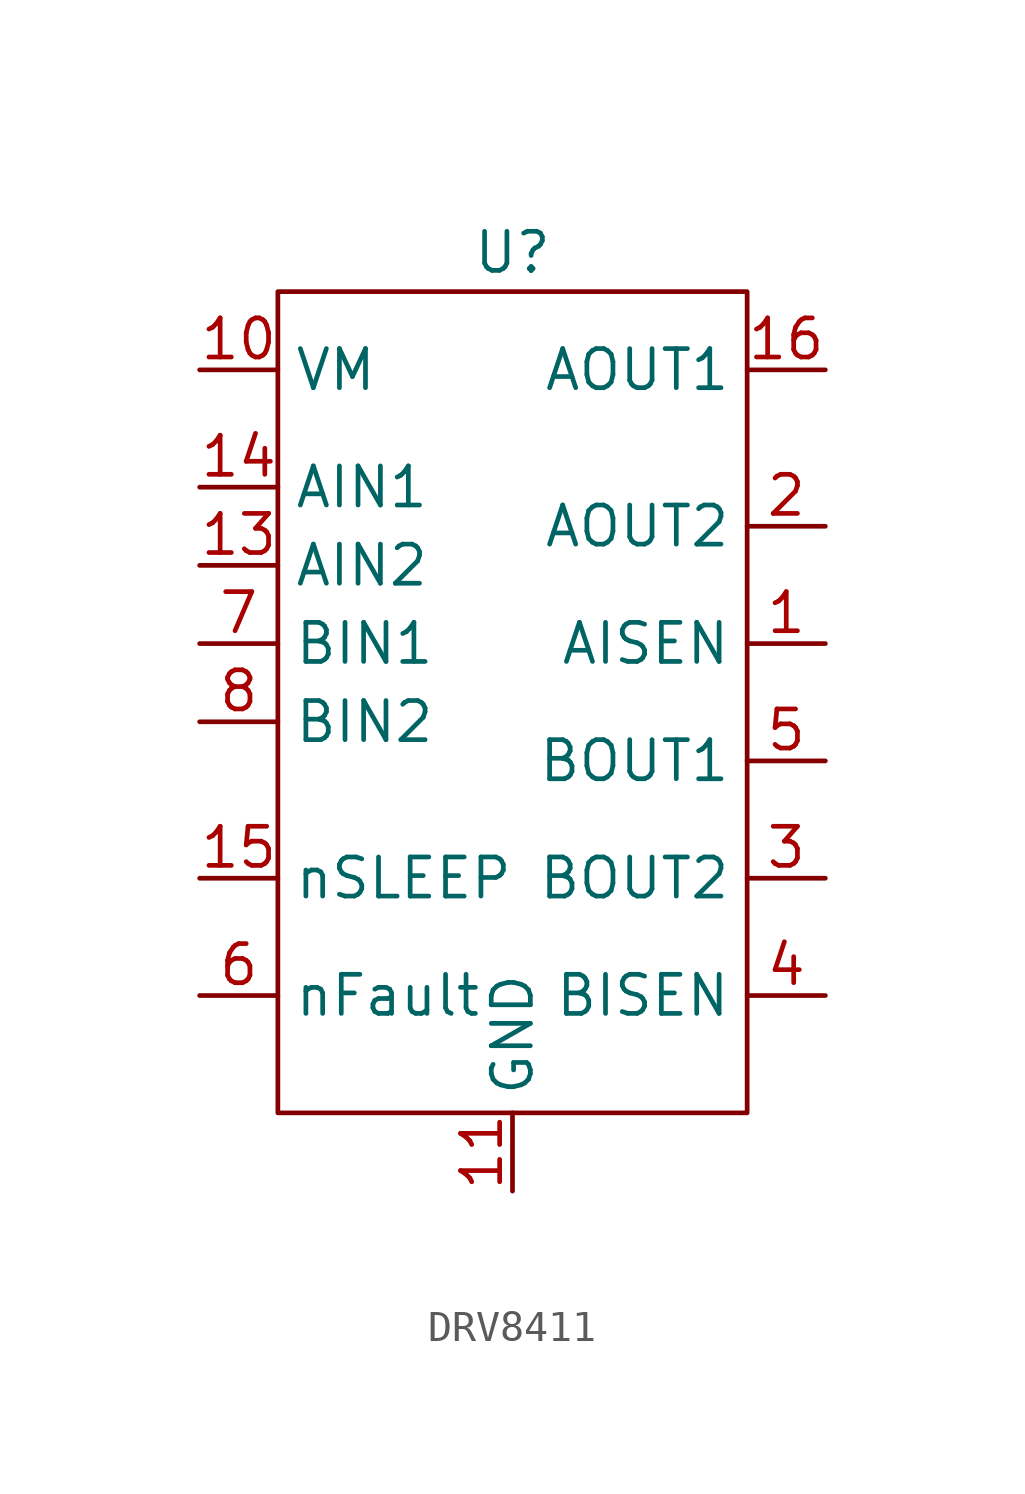
<source format=kicad_sym>
(kicad_symbol_lib
  (version 20231120)
  (generator "kicad_symbol_editor")
  (generator_version "8.0")
  (symbol "DRV8411"
    (property "Reference" "U"
      (at 0 13.97 0)
      (effects (font (size 1.27 1.27))))
    (property "Value" ""
      (at 0 10.16 0)
      (effects (font (size 1.27 1.27))))
    (symbol "DRV8411_0_1"
      (rectangle (start -7.62 12.7) (end 7.62 -13.97) (stroke (width 0) (type default)) (fill (type none))))
    (symbol "DRV8411_1_1"
      (pin input line (at 10.16 1.27 180) (length 2.54) (name "AISEN" (effects (font (size 1.27 1.27)))) (number "1" (effects (font (size 1.27 1.27)))))
      (pin input line (at -10.16 10.16 0) (length 2.54) (name "VM" (effects (font (size 1.27 1.27)))) (number "10" (effects (font (size 1.27 1.27)))))
      (pin input line (at 0 -16.51 90) (length 2.54) (name "GND" (effects (font (size 1.27 1.27)))) (number "11" (effects (font (size 1.27 1.27)))))
      (pin input line (at -10.16 3.81 0) (length 2.54) (name "AIN2" (effects (font (size 1.27 1.27)))) (number "13" (effects (font (size 1.27 1.27)))))
      (pin input line (at -10.16 6.35 0) (length 2.54) (name "AIN1" (effects (font (size 1.27 1.27)))) (number "14" (effects (font (size 1.27 1.27)))))
      (pin input line (at -10.16 -6.35 0) (length 2.54) (name "nSLEEP" (effects (font (size 1.27 1.27)))) (number "15" (effects (font (size 1.27 1.27)))))
      (pin input line (at 10.16 10.16 180) (length 2.54) (name "AOUT1" (effects (font (size 1.27 1.27)))) (number "16" (effects (font (size 1.27 1.27)))))
      (pin input line (at 10.16 5.08 180) (length 2.54) (name "AOUT2" (effects (font (size 1.27 1.27)))) (number "2" (effects (font (size 1.27 1.27)))))
      (pin input line (at 10.16 -6.35 180) (length 2.54) (name "BOUT2" (effects (font (size 1.27 1.27)))) (number "3" (effects (font (size 1.27 1.27)))))
      (pin input line (at 10.16 -10.16 180) (length 2.54) (name "BISEN" (effects (font (size 1.27 1.27)))) (number "4" (effects (font (size 1.27 1.27)))))
      (pin input line (at 10.16 -2.54 180) (length 2.54) (name "BOUT1" (effects (font (size 1.27 1.27)))) (number "5" (effects (font (size 1.27 1.27)))))
      (pin input line (at -10.16 -10.16 0) (length 2.54) (name "nFault" (effects (font (size 1.27 1.27)))) (number "6" (effects (font (size 1.27 1.27)))))
      (pin input line (at -10.16 1.27 0) (length 2.54) (name "BIN1" (effects (font (size 1.27 1.27)))) (number "7" (effects (font (size 1.27 1.27)))))
      (pin input line (at -10.16 -1.27 0) (length 2.54) (name "BIN2" (effects (font (size 1.27 1.27)))) (number "8" (effects (font (size 1.27 1.27))))))))
</source>
